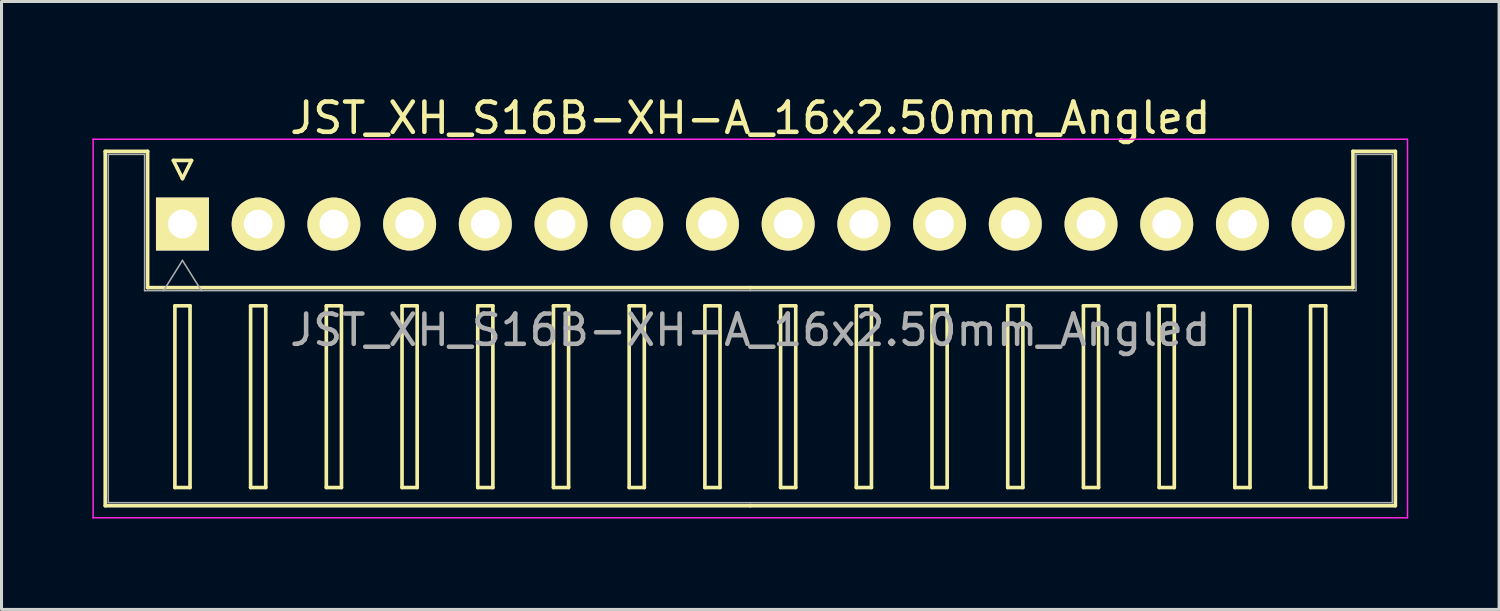
<source format=kicad_pcb>
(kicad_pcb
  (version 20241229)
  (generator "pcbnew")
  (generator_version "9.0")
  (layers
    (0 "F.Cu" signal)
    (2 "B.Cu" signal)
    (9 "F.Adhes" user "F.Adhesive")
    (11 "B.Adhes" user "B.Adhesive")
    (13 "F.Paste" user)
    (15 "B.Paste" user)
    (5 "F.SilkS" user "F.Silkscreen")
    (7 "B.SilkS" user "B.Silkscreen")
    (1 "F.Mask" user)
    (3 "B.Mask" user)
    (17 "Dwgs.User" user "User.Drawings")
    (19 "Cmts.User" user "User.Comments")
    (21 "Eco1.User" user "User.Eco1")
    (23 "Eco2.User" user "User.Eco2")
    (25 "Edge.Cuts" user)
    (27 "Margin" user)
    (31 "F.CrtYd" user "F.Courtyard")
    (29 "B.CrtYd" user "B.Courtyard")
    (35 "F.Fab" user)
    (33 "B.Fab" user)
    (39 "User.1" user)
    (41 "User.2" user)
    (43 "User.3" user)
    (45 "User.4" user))
  (footprint "JST_XH_S16B-XH-A_16x2.50mm_Angled"
    (layer "F.Cu")
    (at 2.975 4.348)
    (property "Reference" "JST_XH_S16B-XH-A_16x2.50mm_Angled" (at 18.75 3.5 0) (layer "F.Fab") (effects (font (size 1 1) (thickness 0.15))))
    (attr through_hole)
    (fp_line (start -2.55 -2.4) (end -1.15 -2.4) (stroke (width 0.12) (type solid)) (layer "F.SilkS"))
    (fp_line (start -2.55 9.3) (end -2.55 -2.4) (stroke (width 0.12) (type solid)) (layer "F.SilkS"))
    (fp_line (start -1.15 -2.4) (end -1.15 2.1) (stroke (width 0.12) (type solid)) (layer "F.SilkS"))
    (fp_line (start -1.15 2.1) (end 18.75 2.1) (stroke (width 0.12) (type solid)) (layer "F.SilkS"))
    (fp_line (start -0.3 -2.1) (end 0.3 -2.1) (stroke (width 0.12) (type solid)) (layer "F.SilkS"))
    (fp_line (start -0.25 2.7) (end -0.25 8.7) (stroke (width 0.12) (type solid)) (layer "F.SilkS"))
    (fp_line (start -0.25 8.7) (end 0.25 8.7) (stroke (width 0.12) (type solid)) (layer "F.SilkS"))
    (fp_line (start 0 -1.5) (end -0.3 -2.1) (stroke (width 0.12) (type solid)) (layer "F.SilkS"))
    (fp_line (start 0.25 2.7) (end -0.25 2.7) (stroke (width 0.12) (type solid)) (layer "F.SilkS"))
    (fp_line (start 0.25 8.7) (end 0.25 2.7) (stroke (width 0.12) (type solid)) (layer "F.SilkS"))
    (fp_line (start 0.3 -2.1) (end 0 -1.5) (stroke (width 0.12) (type solid)) (layer "F.SilkS"))
    (fp_line (start 2.25 2.7) (end 2.25 8.7) (stroke (width 0.12) (type solid)) (layer "F.SilkS"))
    (fp_line (start 2.25 8.7) (end 2.75 8.7) (stroke (width 0.12) (type solid)) (layer "F.SilkS"))
    (fp_line (start 2.75 2.7) (end 2.25 2.7) (stroke (width 0.12) (type solid)) (layer "F.SilkS"))
    (fp_line (start 2.75 8.7) (end 2.75 2.7) (stroke (width 0.12) (type solid)) (layer "F.SilkS"))
    (fp_line (start 4.75 2.7) (end 4.75 8.7) (stroke (width 0.12) (type solid)) (layer "F.SilkS"))
    (fp_line (start 4.75 8.7) (end 5.25 8.7) (stroke (width 0.12) (type solid)) (layer "F.SilkS"))
    (fp_line (start 5.25 2.7) (end 4.75 2.7) (stroke (width 0.12) (type solid)) (layer "F.SilkS"))
    (fp_line (start 5.25 8.7) (end 5.25 2.7) (stroke (width 0.12) (type solid)) (layer "F.SilkS"))
    (fp_line (start 7.25 2.7) (end 7.25 8.7) (stroke (width 0.12) (type solid)) (layer "F.SilkS"))
    (fp_line (start 7.25 8.7) (end 7.75 8.7) (stroke (width 0.12) (type solid)) (layer "F.SilkS"))
    (fp_line (start 7.75 2.7) (end 7.25 2.7) (stroke (width 0.12) (type solid)) (layer "F.SilkS"))
    (fp_line (start 7.75 8.7) (end 7.75 2.7) (stroke (width 0.12) (type solid)) (layer "F.SilkS"))
    (fp_line (start 9.75 2.7) (end 9.75 8.7) (stroke (width 0.12) (type solid)) (layer "F.SilkS"))
    (fp_line (start 9.75 8.7) (end 10.25 8.7) (stroke (width 0.12) (type solid)) (layer "F.SilkS"))
    (fp_line (start 10.25 2.7) (end 9.75 2.7) (stroke (width 0.12) (type solid)) (layer "F.SilkS"))
    (fp_line (start 10.25 8.7) (end 10.25 2.7) (stroke (width 0.12) (type solid)) (layer "F.SilkS"))
    (fp_line (start 12.25 2.7) (end 12.25 8.7) (stroke (width 0.12) (type solid)) (layer "F.SilkS"))
    (fp_line (start 12.25 8.7) (end 12.75 8.7) (stroke (width 0.12) (type solid)) (layer "F.SilkS"))
    (fp_line (start 12.75 2.7) (end 12.25 2.7) (stroke (width 0.12) (type solid)) (layer "F.SilkS"))
    (fp_line (start 12.75 8.7) (end 12.75 2.7) (stroke (width 0.12) (type solid)) (layer "F.SilkS"))
    (fp_line (start 14.75 2.7) (end 14.75 8.7) (stroke (width 0.12) (type solid)) (layer "F.SilkS"))
    (fp_line (start 14.75 8.7) (end 15.25 8.7) (stroke (width 0.12) (type solid)) (layer "F.SilkS"))
    (fp_line (start 15.25 2.7) (end 14.75 2.7) (stroke (width 0.12) (type solid)) (layer "F.SilkS"))
    (fp_line (start 15.25 8.7) (end 15.25 2.7) (stroke (width 0.12) (type solid)) (layer "F.SilkS"))
    (fp_line (start 17.25 2.7) (end 17.25 8.7) (stroke (width 0.12) (type solid)) (layer "F.SilkS"))
    (fp_line (start 17.25 8.7) (end 17.75 8.7) (stroke (width 0.12) (type solid)) (layer "F.SilkS"))
    (fp_line (start 17.75 2.7) (end 17.25 2.7) (stroke (width 0.12) (type solid)) (layer "F.SilkS"))
    (fp_line (start 17.75 8.7) (end 17.75 2.7) (stroke (width 0.12) (type solid)) (layer "F.SilkS"))
    (fp_line (start 18.75 9.3) (end -2.55 9.3) (stroke (width 0.12) (type solid)) (layer "F.SilkS"))
    (fp_line (start 18.75 9.3) (end 40.05 9.3) (stroke (width 0.12) (type solid)) (layer "F.SilkS"))
    (fp_line (start 19.75 2.7) (end 19.75 8.7) (stroke (width 0.12) (type solid)) (layer "F.SilkS"))
    (fp_line (start 19.75 8.7) (end 20.25 8.7) (stroke (width 0.12) (type solid)) (layer "F.SilkS"))
    (fp_line (start 20.25 2.7) (end 19.75 2.7) (stroke (width 0.12) (type solid)) (layer "F.SilkS"))
    (fp_line (start 20.25 8.7) (end 20.25 2.7) (stroke (width 0.12) (type solid)) (layer "F.SilkS"))
    (fp_line (start 22.25 2.7) (end 22.25 8.7) (stroke (width 0.12) (type solid)) (layer "F.SilkS"))
    (fp_line (start 22.25 8.7) (end 22.75 8.7) (stroke (width 0.12) (type solid)) (layer "F.SilkS"))
    (fp_line (start 22.75 2.7) (end 22.25 2.7) (stroke (width 0.12) (type solid)) (layer "F.SilkS"))
    (fp_line (start 22.75 8.7) (end 22.75 2.7) (stroke (width 0.12) (type solid)) (layer "F.SilkS"))
    (fp_line (start 24.75 2.7) (end 24.75 8.7) (stroke (width 0.12) (type solid)) (layer "F.SilkS"))
    (fp_line (start 24.75 8.7) (end 25.25 8.7) (stroke (width 0.12) (type solid)) (layer "F.SilkS"))
    (fp_line (start 25.25 2.7) (end 24.75 2.7) (stroke (width 0.12) (type solid)) (layer "F.SilkS"))
    (fp_line (start 25.25 8.7) (end 25.25 2.7) (stroke (width 0.12) (type solid)) (layer "F.SilkS"))
    (fp_line (start 27.25 2.7) (end 27.25 8.7) (stroke (width 0.12) (type solid)) (layer "F.SilkS"))
    (fp_line (start 27.25 8.7) (end 27.75 8.7) (stroke (width 0.12) (type solid)) (layer "F.SilkS"))
    (fp_line (start 27.75 2.7) (end 27.25 2.7) (stroke (width 0.12) (type solid)) (layer "F.SilkS"))
    (fp_line (start 27.75 8.7) (end 27.75 2.7) (stroke (width 0.12) (type solid)) (layer "F.SilkS"))
    (fp_line (start 29.75 2.7) (end 29.75 8.7) (stroke (width 0.12) (type solid)) (layer "F.SilkS"))
    (fp_line (start 29.75 8.7) (end 30.25 8.7) (stroke (width 0.12) (type solid)) (layer "F.SilkS"))
    (fp_line (start 30.25 2.7) (end 29.75 2.7) (stroke (width 0.12) (type solid)) (layer "F.SilkS"))
    (fp_line (start 30.25 8.7) (end 30.25 2.7) (stroke (width 0.12) (type solid)) (layer "F.SilkS"))
    (fp_line (start 32.25 2.7) (end 32.25 8.7) (stroke (width 0.12) (type solid)) (layer "F.SilkS"))
    (fp_line (start 32.25 8.7) (end 32.75 8.7) (stroke (width 0.12) (type solid)) (layer "F.SilkS"))
    (fp_line (start 32.75 2.7) (end 32.25 2.7) (stroke (width 0.12) (type solid)) (layer "F.SilkS"))
    (fp_line (start 32.75 8.7) (end 32.75 2.7) (stroke (width 0.12) (type solid)) (layer "F.SilkS"))
    (fp_line (start 34.75 2.7) (end 34.75 8.7) (stroke (width 0.12) (type solid)) (layer "F.SilkS"))
    (fp_line (start 34.75 8.7) (end 35.25 8.7) (stroke (width 0.12) (type solid)) (layer "F.SilkS"))
    (fp_line (start 35.25 2.7) (end 34.75 2.7) (stroke (width 0.12) (type solid)) (layer "F.SilkS"))
    (fp_line (start 35.25 8.7) (end 35.25 2.7) (stroke (width 0.12) (type solid)) (layer "F.SilkS"))
    (fp_line (start 37.25 2.7) (end 37.25 8.7) (stroke (width 0.12) (type solid)) (layer "F.SilkS"))
    (fp_line (start 37.25 8.7) (end 37.75 8.7) (stroke (width 0.12) (type solid)) (layer "F.SilkS"))
    (fp_line (start 37.75 2.7) (end 37.25 2.7) (stroke (width 0.12) (type solid)) (layer "F.SilkS"))
    (fp_line (start 37.75 8.7) (end 37.75 2.7) (stroke (width 0.12) (type solid)) (layer "F.SilkS"))
    (fp_line (start 38.65 -2.4) (end 38.65 2.1) (stroke (width 0.12) (type solid)) (layer "F.SilkS"))
    (fp_line (start 38.65 2.1) (end 18.75 2.1) (stroke (width 0.12) (type solid)) (layer "F.SilkS"))
    (fp_line (start 40.05 -2.4) (end 38.65 -2.4) (stroke (width 0.12) (type solid)) (layer "F.SilkS"))
    (fp_line (start 40.05 9.3) (end 40.05 -2.4) (stroke (width 0.12) (type solid)) (layer "F.SilkS"))
    (fp_line (start -2.95 -2.8) (end -2.95 9.7) (stroke (width 0.05) (type solid)) (layer "F.CrtYd"))
    (fp_line (start -2.95 9.7) (end 40.45 9.7) (stroke (width 0.05) (type solid)) (layer "F.CrtYd"))
    (fp_line (start 40.45 -2.8) (end -2.95 -2.8) (stroke (width 0.05) (type solid)) (layer "F.CrtYd"))
    (fp_line (start 40.45 9.7) (end 40.45 -2.8) (stroke (width 0.05) (type solid)) (layer "F.CrtYd"))
    (fp_line (start -2.45 -2.3) (end -1.25 -2.3) (stroke (width 0.05) (type solid)) (layer "F.Fab"))
    (fp_line (start -2.45 9.2) (end -2.45 -2.3) (stroke (width 0.05) (type solid)) (layer "F.Fab"))
    (fp_line (start -1.25 -2.3) (end -1.25 2.2) (stroke (width 0.05) (type solid)) (layer "F.Fab"))
    (fp_line (start -1.25 2.2) (end 18.75 2.2) (stroke (width 0.05) (type solid)) (layer "F.Fab"))
    (fp_line (start -0.625 2.2) (end 0 1.2) (stroke (width 0.05) (type solid)) (layer "F.Fab"))
    (fp_line (start 0 1.2) (end 0.625 2.2) (stroke (width 0.05) (type solid)) (layer "F.Fab"))
    (fp_line (start 18.75 9.2) (end -2.45 9.2) (stroke (width 0.05) (type solid)) (layer "F.Fab"))
    (fp_line (start 18.75 9.2) (end 39.95 9.2) (stroke (width 0.05) (type solid)) (layer "F.Fab"))
    (fp_line (start 38.75 -2.3) (end 38.75 2.2) (stroke (width 0.05) (type solid)) (layer "F.Fab"))
    (fp_line (start 38.75 2.2) (end 18.75 2.2) (stroke (width 0.05) (type solid)) (layer "F.Fab"))
    (fp_line (start 39.95 -2.3) (end 38.75 -2.3) (stroke (width 0.05) (type solid)) (layer "F.Fab"))
    (fp_line (start 39.95 9.2) (end 39.95 -2.3) (stroke (width 0.05) (type solid)) (layer "F.Fab"))
    (fp_text user "${REFERENCE}" (at 18.75 -3.5 0) (layer "F.SilkS") (effects (font (size 1 1) (thickness 0.15))))
    (pad "1" thru_hole rect (at 0 0) (size 1.75 1.75) (drill 0.95) (layers "*.Cu" "*.Mask" "F.SilkS"))
    (pad "2" thru_hole circle (at 2.5 0) (size 1.75 1.75) (drill 0.95) (layers "*.Cu" "*.Mask" "F.SilkS"))
    (pad "3" thru_hole circle (at 5 0) (size 1.75 1.75) (drill 0.95) (layers "*.Cu" "*.Mask" "F.SilkS"))
    (pad "4" thru_hole circle (at 7.5 0) (size 1.75 1.75) (drill 0.95) (layers "*.Cu" "*.Mask" "F.SilkS"))
    (pad "5" thru_hole circle (at 10 0) (size 1.75 1.75) (drill 0.95) (layers "*.Cu" "*.Mask" "F.SilkS"))
    (pad "6" thru_hole circle (at 12.5 0) (size 1.75 1.75) (drill 0.95) (layers "*.Cu" "*.Mask" "F.SilkS"))
    (pad "7" thru_hole circle (at 15 0) (size 1.75 1.75) (drill 0.95) (layers "*.Cu" "*.Mask" "F.SilkS"))
    (pad "8" thru_hole circle (at 17.5 0) (size 1.75 1.75) (drill 0.95) (layers "*.Cu" "*.Mask" "F.SilkS"))
    (pad "9" thru_hole circle (at 20 0) (size 1.75 1.75) (drill 0.95) (layers "*.Cu" "*.Mask" "F.SilkS"))
    (pad "10" thru_hole circle (at 22.5 0) (size 1.75 1.75) (drill 0.95) (layers "*.Cu" "*.Mask" "F.SilkS"))
    (pad "11" thru_hole circle (at 25 0) (size 1.75 1.75) (drill 0.95) (layers "*.Cu" "*.Mask" "F.SilkS"))
    (pad "12" thru_hole circle (at 27.5 0) (size 1.75 1.75) (drill 0.95) (layers "*.Cu" "*.Mask" "F.SilkS"))
    (pad "13" thru_hole circle (at 30 0) (size 1.75 1.75) (drill 0.95) (layers "*.Cu" "*.Mask" "F.SilkS"))
    (pad "14" thru_hole circle (at 32.5 0) (size 1.75 1.75) (drill 0.95) (layers "*.Cu" "*.Mask" "F.SilkS"))
    (pad "15" thru_hole circle (at 35 0) (size 1.75 1.75) (drill 0.95) (layers "*.Cu" "*.Mask" "F.SilkS"))
    (pad "16" thru_hole circle (at 37.5 0) (size 1.75 1.75) (drill 0.95) (layers "*.Cu" "*.Mask" "F.SilkS")))
  (gr_rect
    (start -3 -3)
    (end 46.45 17.073)
    (stroke (width 0.1) (type default))
    (fill no)
    (layer "Edge.Cuts")))
</source>
